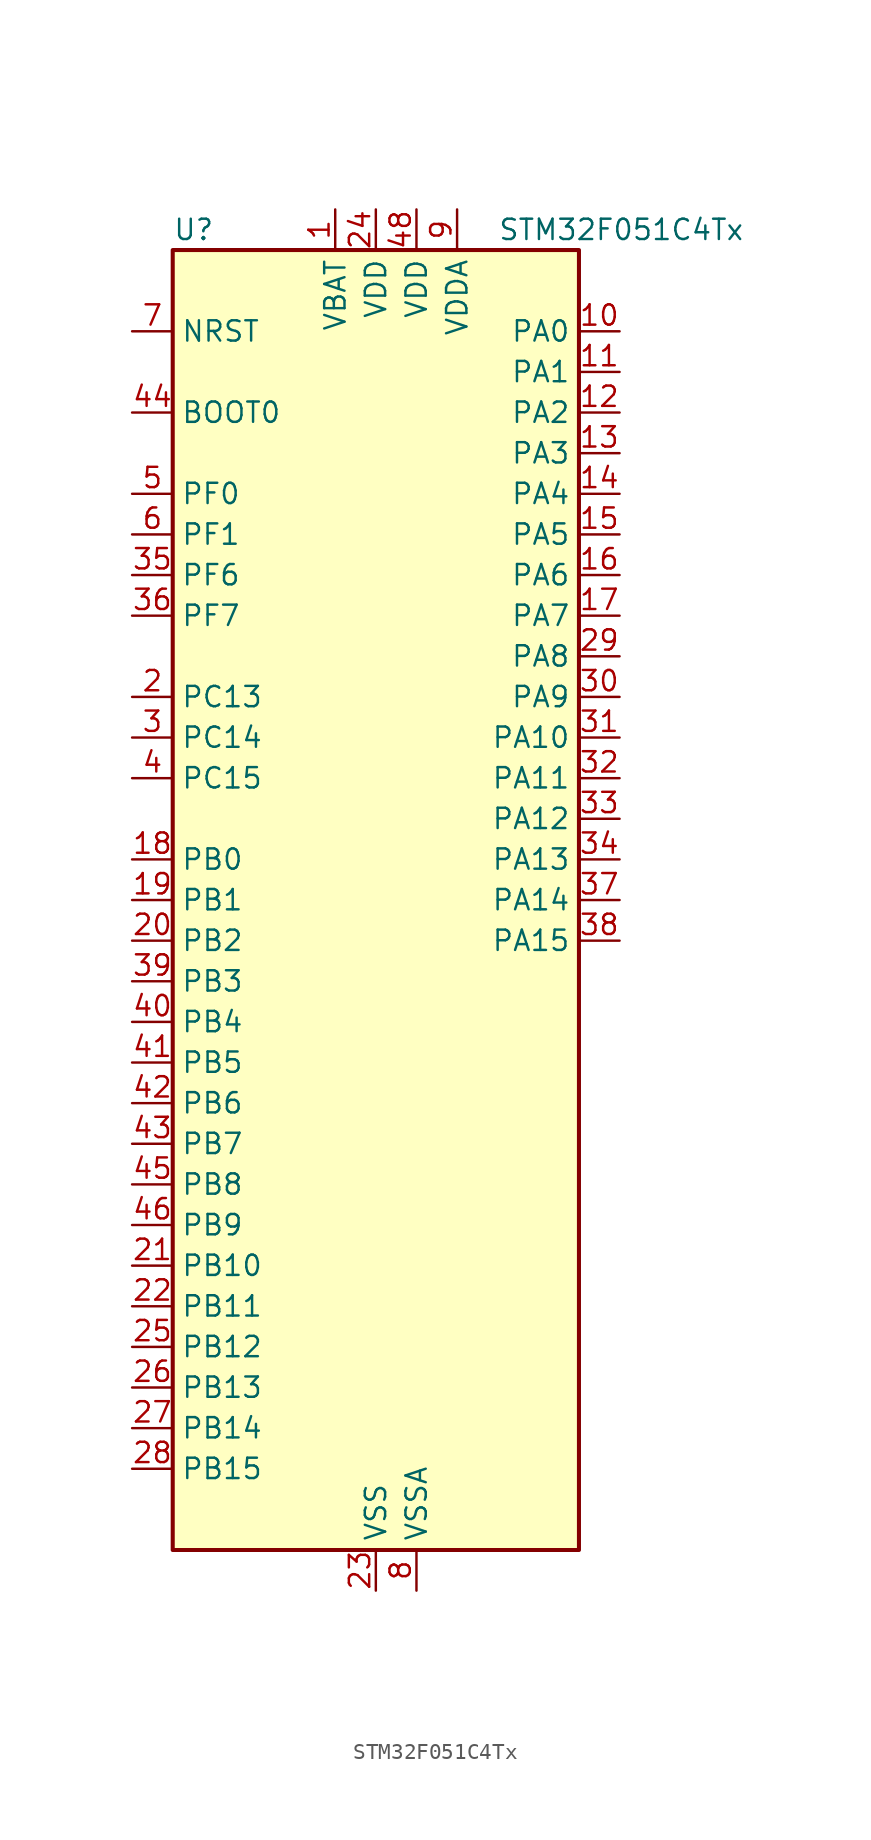
<source format=kicad_sym>
(kicad_symbol_lib
  (version 20241209)
  (generator "kicad_symbol_editor")
  (generator_version "9.0")
  (symbol "STM32F051C4Tx"
    (property "Reference" "U"
      (at -12.7 41.91 0)
      (effects (font (size 1.27 1.27)) (justify left)))
    (property "Value" "STM32F051C4Tx"
      (at 7.62 41.91 0)
      (effects (font (size 1.27 1.27)) (justify left)))
    (symbol "STM32F051C4Tx_0_1"
      (rectangle (start -12.7 -40.64) (end 12.7 40.64) (stroke (width 0.254) (type default)) (fill (type background))))
    (symbol "STM32F051C4Tx_1_1"
      (pin input line (at -15.24 35.56 0) (length 2.54) (name "NRST" (effects (font (size 1.27 1.27)))) (number "7" (effects (font (size 1.27 1.27)))))
      (pin input line (at -15.24 30.48 0) (length 2.54) (name "BOOT0" (effects (font (size 1.27 1.27)))) (number "44" (effects (font (size 1.27 1.27)))))
      (pin bidirectional line (at -15.24 25.4 0) (length 2.54) (name "PF0" (effects (font (size 1.27 1.27)))) (number "5" (effects (font (size 1.27 1.27)))) (alternate "RCC_OSC_IN" bidirectional line))
      (pin bidirectional line (at -15.24 22.86 0) (length 2.54) (name "PF1" (effects (font (size 1.27 1.27)))) (number "6" (effects (font (size 1.27 1.27)))) (alternate "RCC_OSC_OUT" bidirectional line))
      (pin bidirectional line (at -15.24 20.32 0) (length 2.54) (name "PF6" (effects (font (size 1.27 1.27)))) (number "35" (effects (font (size 1.27 1.27)))))
      (pin bidirectional line (at -15.24 17.78 0) (length 2.54) (name "PF7" (effects (font (size 1.27 1.27)))) (number "36" (effects (font (size 1.27 1.27)))))
      (pin bidirectional line (at -15.24 12.7 0) (length 2.54) (name "PC13" (effects (font (size 1.27 1.27)))) (number "2" (effects (font (size 1.27 1.27)))) (alternate "RTC_OUT_ALARM" bidirectional line) (alternate "RTC_OUT_CALIB" bidirectional line) (alternate "RTC_TAMP1" bidirectional line) (alternate "RTC_TS" bidirectional line) (alternate "SYS_WKUP2" bidirectional line))
      (pin bidirectional line (at -15.24 10.16 0) (length 2.54) (name "PC14" (effects (font (size 1.27 1.27)))) (number "3" (effects (font (size 1.27 1.27)))) (alternate "RCC_OSC32_IN" bidirectional line))
      (pin bidirectional line (at -15.24 7.62 0) (length 2.54) (name "PC15" (effects (font (size 1.27 1.27)))) (number "4" (effects (font (size 1.27 1.27)))) (alternate "RCC_OSC32_OUT" bidirectional line))
      (pin bidirectional line (at -15.24 2.54 0) (length 2.54) (name "PB0" (effects (font (size 1.27 1.27)))) (number "18" (effects (font (size 1.27 1.27)))) (alternate "ADC_IN8" bidirectional line) (alternate "TIM1_CH2N" bidirectional line) (alternate "TIM3_CH3" bidirectional line) (alternate "TSC_G3_IO2" bidirectional line))
      (pin bidirectional line (at -15.24 0 0) (length 2.54) (name "PB1" (effects (font (size 1.27 1.27)))) (number "19" (effects (font (size 1.27 1.27)))) (alternate "ADC_IN9" bidirectional line) (alternate "TIM14_CH1" bidirectional line) (alternate "TIM1_CH3N" bidirectional line) (alternate "TIM3_CH4" bidirectional line) (alternate "TSC_G3_IO3" bidirectional line))
      (pin bidirectional line (at -15.24 -2.54 0) (length 2.54) (name "PB2" (effects (font (size 1.27 1.27)))) (number "20" (effects (font (size 1.27 1.27)))) (alternate "TSC_G3_IO4" bidirectional line))
      (pin bidirectional line (at -15.24 -5.08 0) (length 2.54) (name "PB3" (effects (font (size 1.27 1.27)))) (number "39" (effects (font (size 1.27 1.27)))) (alternate "I2S1_CK" bidirectional line) (alternate "SPI1_SCK" bidirectional line) (alternate "TIM2_CH2" bidirectional line) (alternate "TSC_G5_IO1" bidirectional line))
      (pin bidirectional line (at -15.24 -7.62 0) (length 2.54) (name "PB4" (effects (font (size 1.27 1.27)))) (number "40" (effects (font (size 1.27 1.27)))) (alternate "I2S1_MCK" bidirectional line) (alternate "SPI1_MISO" bidirectional line) (alternate "TIM3_CH1" bidirectional line) (alternate "TSC_G5_IO2" bidirectional line))
      (pin bidirectional line (at -15.24 -10.16 0) (length 2.54) (name "PB5" (effects (font (size 1.27 1.27)))) (number "41" (effects (font (size 1.27 1.27)))) (alternate "I2C1_SMBA" bidirectional line) (alternate "I2S1_SD" bidirectional line) (alternate "SPI1_MOSI" bidirectional line) (alternate "TIM16_BKIN" bidirectional line) (alternate "TIM3_CH2" bidirectional line))
      (pin bidirectional line (at -15.24 -12.7 0) (length 2.54) (name "PB6" (effects (font (size 1.27 1.27)))) (number "42" (effects (font (size 1.27 1.27)))) (alternate "I2C1_SCL" bidirectional line) (alternate "TIM16_CH1N" bidirectional line) (alternate "TSC_G5_IO3" bidirectional line) (alternate "USART1_TX" bidirectional line))
      (pin bidirectional line (at -15.24 -15.24 0) (length 2.54) (name "PB7" (effects (font (size 1.27 1.27)))) (number "43" (effects (font (size 1.27 1.27)))) (alternate "I2C1_SDA" bidirectional line) (alternate "TIM17_CH1N" bidirectional line) (alternate "TSC_G5_IO4" bidirectional line) (alternate "USART1_RX" bidirectional line))
      (pin bidirectional line (at -15.24 -17.78 0) (length 2.54) (name "PB8" (effects (font (size 1.27 1.27)))) (number "45" (effects (font (size 1.27 1.27)))) (alternate "CEC" bidirectional line) (alternate "I2C1_SCL" bidirectional line) (alternate "TIM16_CH1" bidirectional line) (alternate "TSC_SYNC" bidirectional line))
      (pin bidirectional line (at -15.24 -20.32 0) (length 2.54) (name "PB9" (effects (font (size 1.27 1.27)))) (number "46" (effects (font (size 1.27 1.27)))) (alternate "DAC1_EXTI9" bidirectional line) (alternate "I2C1_SDA" bidirectional line) (alternate "IR_OUT" bidirectional line) (alternate "TIM17_CH1" bidirectional line))
      (pin bidirectional line (at -15.24 -22.86 0) (length 2.54) (name "PB10" (effects (font (size 1.27 1.27)))) (number "21" (effects (font (size 1.27 1.27)))) (alternate "CEC" bidirectional line) (alternate "TIM2_CH3" bidirectional line) (alternate "TSC_SYNC" bidirectional line))
      (pin bidirectional line (at -15.24 -25.4 0) (length 2.54) (name "PB11" (effects (font (size 1.27 1.27)))) (number "22" (effects (font (size 1.27 1.27)))) (alternate "TIM2_CH4" bidirectional line) (alternate "TSC_G6_IO1" bidirectional line))
      (pin bidirectional line (at -15.24 -27.94 0) (length 2.54) (name "PB12" (effects (font (size 1.27 1.27)))) (number "25" (effects (font (size 1.27 1.27)))) (alternate "TIM1_BKIN" bidirectional line) (alternate "TSC_G6_IO2" bidirectional line))
      (pin bidirectional line (at -15.24 -30.48 0) (length 2.54) (name "PB13" (effects (font (size 1.27 1.27)))) (number "26" (effects (font (size 1.27 1.27)))) (alternate "TIM1_CH1N" bidirectional line) (alternate "TSC_G6_IO3" bidirectional line))
      (pin bidirectional line (at -15.24 -33.02 0) (length 2.54) (name "PB14" (effects (font (size 1.27 1.27)))) (number "27" (effects (font (size 1.27 1.27)))) (alternate "TIM15_CH1" bidirectional line) (alternate "TIM1_CH2N" bidirectional line) (alternate "TSC_G6_IO4" bidirectional line))
      (pin bidirectional line (at -15.24 -35.56 0) (length 2.54) (name "PB15" (effects (font (size 1.27 1.27)))) (number "28" (effects (font (size 1.27 1.27)))) (alternate "RTC_REFIN" bidirectional line) (alternate "TIM15_CH1N" bidirectional line) (alternate "TIM15_CH2" bidirectional line) (alternate "TIM1_CH3N" bidirectional line))
      (pin power_in line (at -2.54 43.18 270) (length 2.54) (name "VBAT" (effects (font (size 1.27 1.27)))) (number "1" (effects (font (size 1.27 1.27)))))
      (pin power_in line (at 0 43.18 270) (length 2.54) (name "VDD" (effects (font (size 1.27 1.27)))) (number "24" (effects (font (size 1.27 1.27)))))
      (pin power_in line (at 0 -43.18 90) (length 2.54) (name "VSS" (effects (font (size 1.27 1.27)))) (number "23" (effects (font (size 1.27 1.27)))))
      (pin passive line (at 0 -43.18 90) (length 2.54) (hide yes) (name "VSS" (effects (font (size 1.27 1.27)))) (number "47" (effects (font (size 1.27 1.27)))))
      (pin power_in line (at 2.54 43.18 270) (length 2.54) (name "VDD" (effects (font (size 1.27 1.27)))) (number "48" (effects (font (size 1.27 1.27)))))
      (pin power_in line (at 2.54 -43.18 90) (length 2.54) (name "VSSA" (effects (font (size 1.27 1.27)))) (number "8" (effects (font (size 1.27 1.27)))))
      (pin power_in line (at 5.08 43.18 270) (length 2.54) (name "VDDA" (effects (font (size 1.27 1.27)))) (number "9" (effects (font (size 1.27 1.27)))))
      (pin bidirectional line (at 15.24 35.56 180) (length 2.54) (name "PA0" (effects (font (size 1.27 1.27)))) (number "10" (effects (font (size 1.27 1.27)))) (alternate "ADC_IN0" bidirectional line) (alternate "COMP1_INM" bidirectional line) (alternate "COMP1_OUT" bidirectional line) (alternate "RTC_TAMP2" bidirectional line) (alternate "SYS_WKUP1" bidirectional line) (alternate "TIM2_CH1" bidirectional line) (alternate "TIM2_ETR" bidirectional line) (alternate "TSC_G1_IO1" bidirectional line))
      (pin bidirectional line (at 15.24 33.02 180) (length 2.54) (name "PA1" (effects (font (size 1.27 1.27)))) (number "11" (effects (font (size 1.27 1.27)))) (alternate "ADC_IN1" bidirectional line) (alternate "COMP1_INP" bidirectional line) (alternate "TIM2_CH2" bidirectional line) (alternate "TSC_G1_IO2" bidirectional line))
      (pin bidirectional line (at 15.24 30.48 180) (length 2.54) (name "PA2" (effects (font (size 1.27 1.27)))) (number "12" (effects (font (size 1.27 1.27)))) (alternate "ADC_IN2" bidirectional line) (alternate "COMP2_INM" bidirectional line) (alternate "COMP2_OUT" bidirectional line) (alternate "TIM15_CH1" bidirectional line) (alternate "TIM2_CH3" bidirectional line) (alternate "TSC_G1_IO3" bidirectional line))
      (pin bidirectional line (at 15.24 27.94 180) (length 2.54) (name "PA3" (effects (font (size 1.27 1.27)))) (number "13" (effects (font (size 1.27 1.27)))) (alternate "ADC_IN3" bidirectional line) (alternate "COMP2_INP" bidirectional line) (alternate "TIM15_CH2" bidirectional line) (alternate "TIM2_CH4" bidirectional line) (alternate "TSC_G1_IO4" bidirectional line))
      (pin bidirectional line (at 15.24 25.4 180) (length 2.54) (name "PA4" (effects (font (size 1.27 1.27)))) (number "14" (effects (font (size 1.27 1.27)))) (alternate "ADC_IN4" bidirectional line) (alternate "COMP1_INM" bidirectional line) (alternate "COMP2_INM" bidirectional line) (alternate "DAC1_OUT1" bidirectional line) (alternate "I2S1_WS" bidirectional line) (alternate "SPI1_NSS" bidirectional line) (alternate "TIM14_CH1" bidirectional line) (alternate "TSC_G2_IO1" bidirectional line))
      (pin bidirectional line (at 15.24 22.86 180) (length 2.54) (name "PA5" (effects (font (size 1.27 1.27)))) (number "15" (effects (font (size 1.27 1.27)))) (alternate "ADC_IN5" bidirectional line) (alternate "CEC" bidirectional line) (alternate "COMP1_INM" bidirectional line) (alternate "COMP2_INM" bidirectional line) (alternate "I2S1_CK" bidirectional line) (alternate "SPI1_SCK" bidirectional line) (alternate "TIM2_CH1" bidirectional line) (alternate "TIM2_ETR" bidirectional line) (alternate "TSC_G2_IO2" bidirectional line))
      (pin bidirectional line (at 15.24 20.32 180) (length 2.54) (name "PA6" (effects (font (size 1.27 1.27)))) (number "16" (effects (font (size 1.27 1.27)))) (alternate "ADC_IN6" bidirectional line) (alternate "COMP1_OUT" bidirectional line) (alternate "I2S1_MCK" bidirectional line) (alternate "SPI1_MISO" bidirectional line) (alternate "TIM16_CH1" bidirectional line) (alternate "TIM1_BKIN" bidirectional line) (alternate "TIM3_CH1" bidirectional line) (alternate "TSC_G2_IO3" bidirectional line))
      (pin bidirectional line (at 15.24 17.78 180) (length 2.54) (name "PA7" (effects (font (size 1.27 1.27)))) (number "17" (effects (font (size 1.27 1.27)))) (alternate "ADC_IN7" bidirectional line) (alternate "COMP2_OUT" bidirectional line) (alternate "I2S1_SD" bidirectional line) (alternate "SPI1_MOSI" bidirectional line) (alternate "TIM14_CH1" bidirectional line) (alternate "TIM17_CH1" bidirectional line) (alternate "TIM1_CH1N" bidirectional line) (alternate "TIM3_CH2" bidirectional line) (alternate "TSC_G2_IO4" bidirectional line))
      (pin bidirectional line (at 15.24 15.24 180) (length 2.54) (name "PA8" (effects (font (size 1.27 1.27)))) (number "29" (effects (font (size 1.27 1.27)))) (alternate "RCC_MCO" bidirectional line) (alternate "TIM1_CH1" bidirectional line) (alternate "USART1_CK" bidirectional line))
      (pin bidirectional line (at 15.24 12.7 180) (length 2.54) (name "PA9" (effects (font (size 1.27 1.27)))) (number "30" (effects (font (size 1.27 1.27)))) (alternate "DAC1_EXTI9" bidirectional line) (alternate "TIM15_BKIN" bidirectional line) (alternate "TIM1_CH2" bidirectional line) (alternate "TSC_G4_IO1" bidirectional line) (alternate "USART1_TX" bidirectional line))
      (pin bidirectional line (at 15.24 10.16 180) (length 2.54) (name "PA10" (effects (font (size 1.27 1.27)))) (number "31" (effects (font (size 1.27 1.27)))) (alternate "TIM17_BKIN" bidirectional line) (alternate "TIM1_CH3" bidirectional line) (alternate "TSC_G4_IO2" bidirectional line) (alternate "USART1_RX" bidirectional line))
      (pin bidirectional line (at 15.24 7.62 180) (length 2.54) (name "PA11" (effects (font (size 1.27 1.27)))) (number "32" (effects (font (size 1.27 1.27)))) (alternate "COMP1_OUT" bidirectional line) (alternate "TIM1_CH4" bidirectional line) (alternate "TSC_G4_IO3" bidirectional line) (alternate "USART1_CTS" bidirectional line))
      (pin bidirectional line (at 15.24 5.08 180) (length 2.54) (name "PA12" (effects (font (size 1.27 1.27)))) (number "33" (effects (font (size 1.27 1.27)))) (alternate "COMP2_OUT" bidirectional line) (alternate "TIM1_ETR" bidirectional line) (alternate "TSC_G4_IO4" bidirectional line) (alternate "USART1_DE" bidirectional line) (alternate "USART1_RTS" bidirectional line))
      (pin bidirectional line (at 15.24 2.54 180) (length 2.54) (name "PA13" (effects (font (size 1.27 1.27)))) (number "34" (effects (font (size 1.27 1.27)))) (alternate "IR_OUT" bidirectional line) (alternate "SYS_SWDIO" bidirectional line))
      (pin bidirectional line (at 15.24 0 180) (length 2.54) (name "PA14" (effects (font (size 1.27 1.27)))) (number "37" (effects (font (size 1.27 1.27)))) (alternate "SYS_SWCLK" bidirectional line))
      (pin bidirectional line (at 15.24 -2.54 180) (length 2.54) (name "PA15" (effects (font (size 1.27 1.27)))) (number "38" (effects (font (size 1.27 1.27)))) (alternate "I2S1_WS" bidirectional line) (alternate "SPI1_NSS" bidirectional line) (alternate "TIM2_CH1" bidirectional line) (alternate "TIM2_ETR" bidirectional line)))))
</source>
